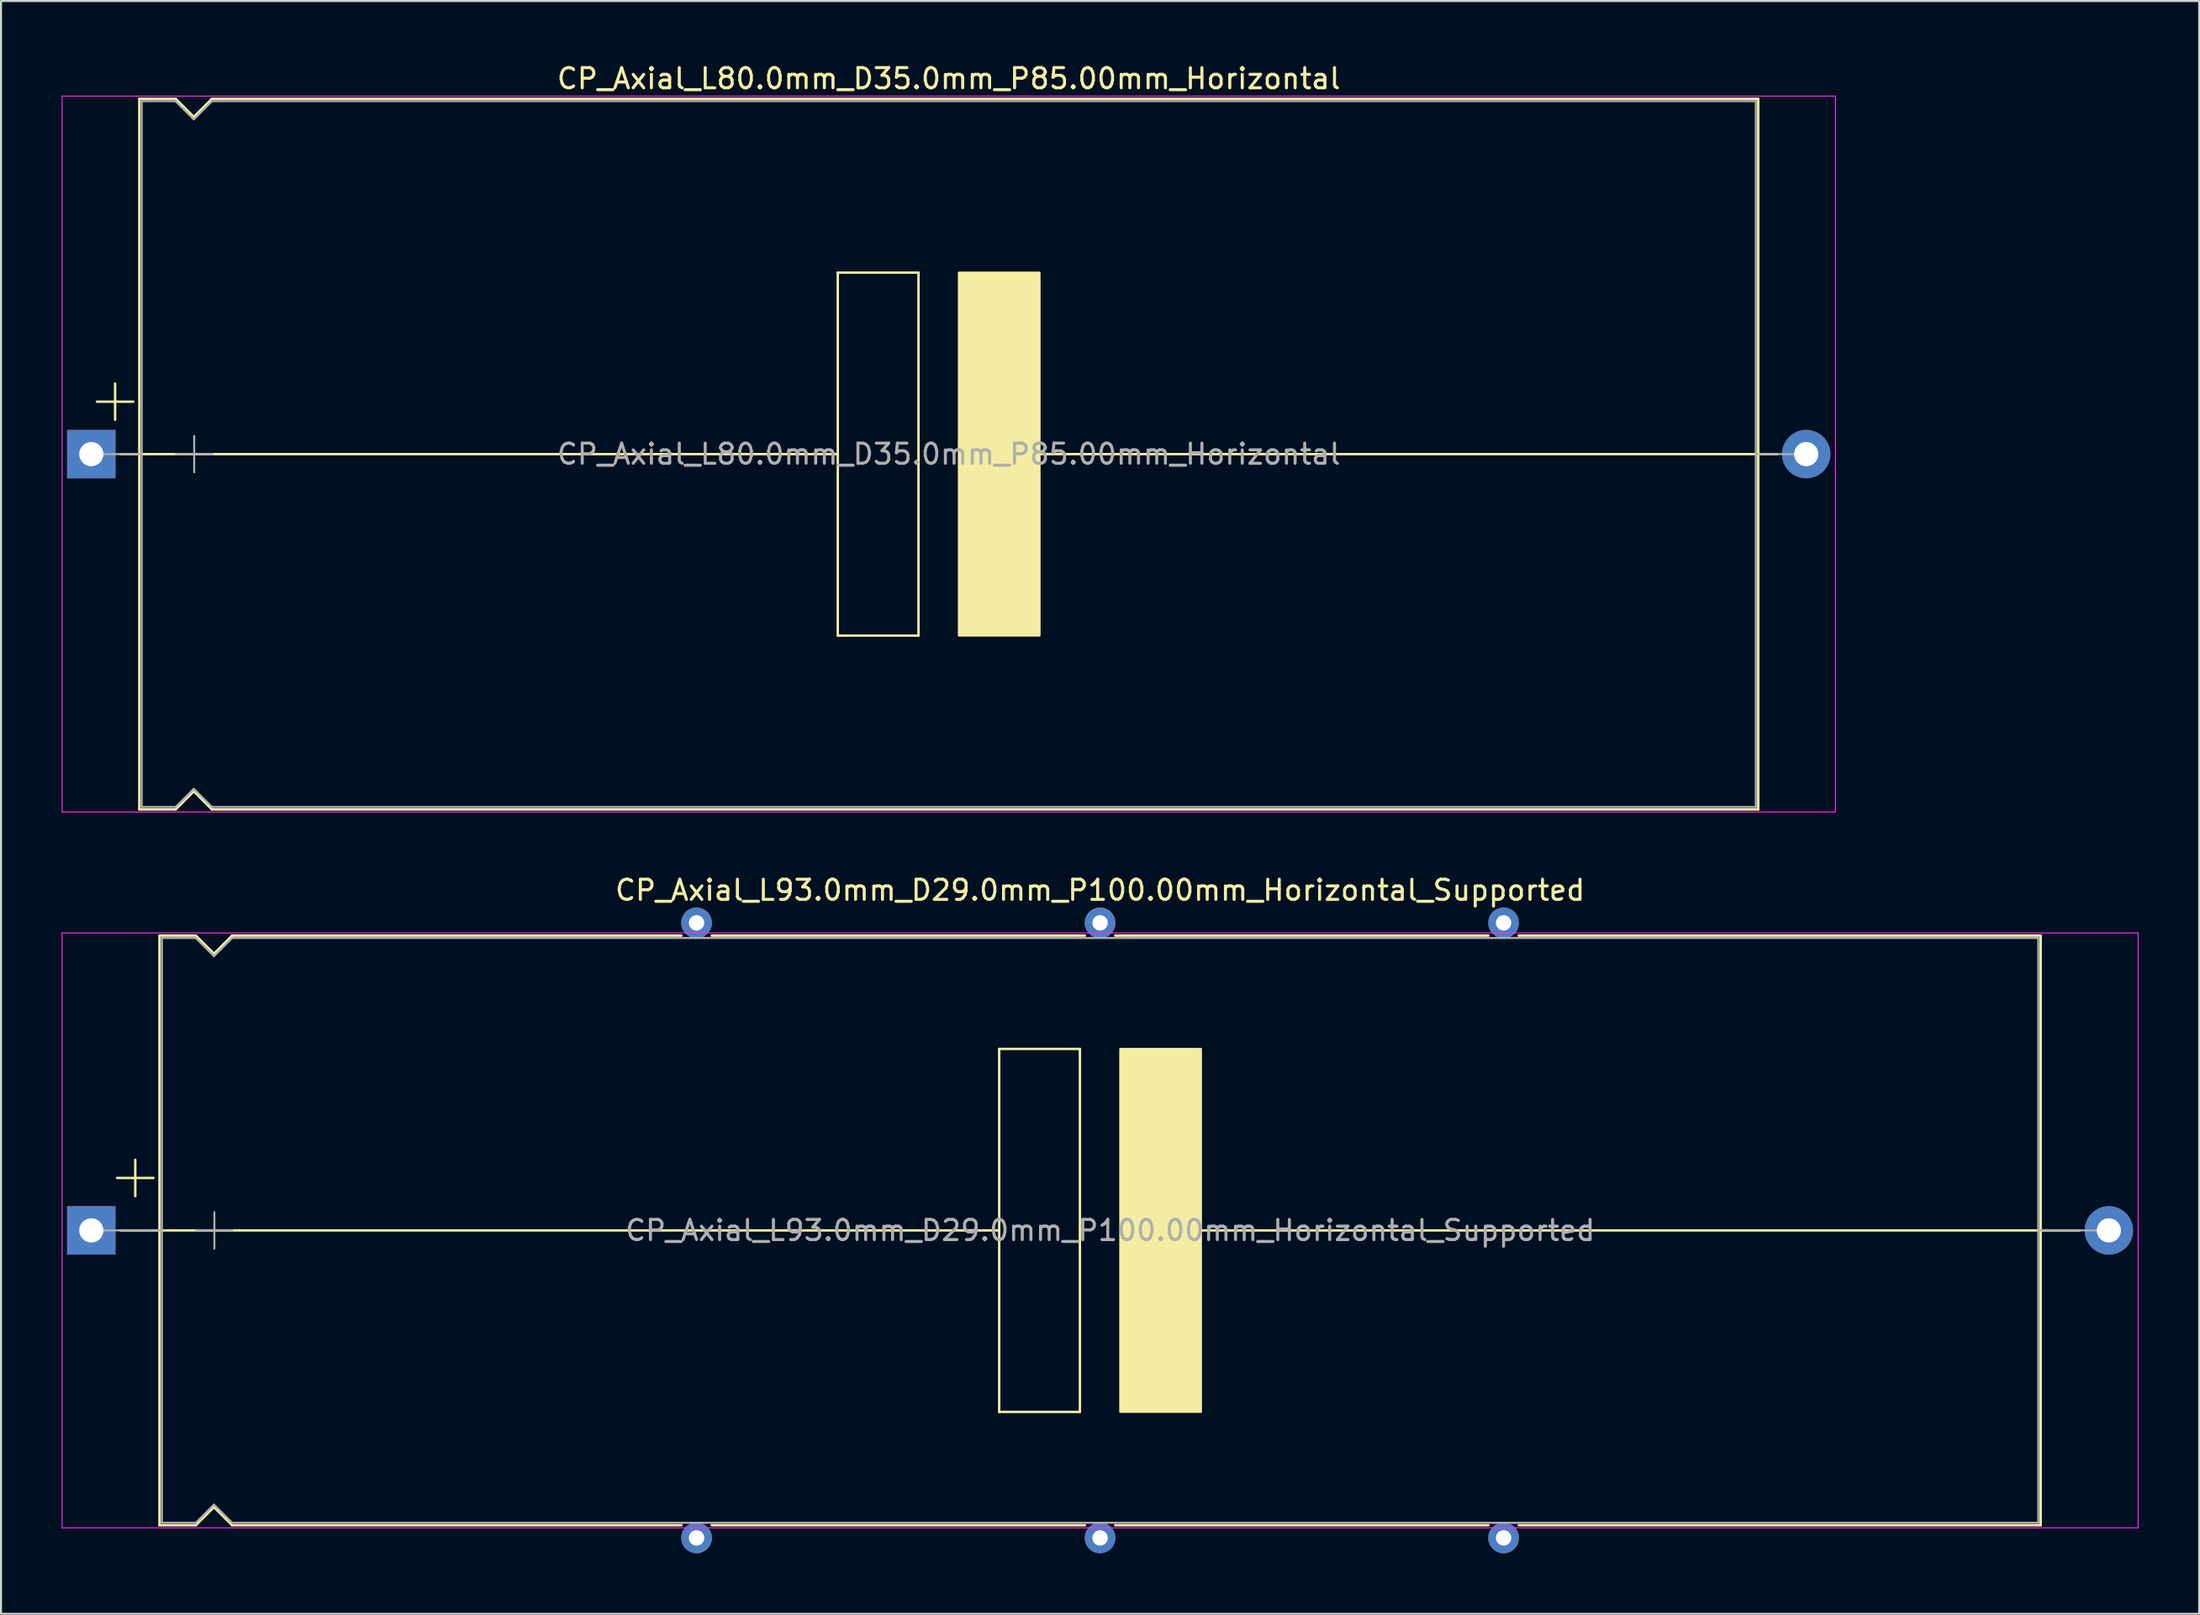
<source format=kicad_pcb>
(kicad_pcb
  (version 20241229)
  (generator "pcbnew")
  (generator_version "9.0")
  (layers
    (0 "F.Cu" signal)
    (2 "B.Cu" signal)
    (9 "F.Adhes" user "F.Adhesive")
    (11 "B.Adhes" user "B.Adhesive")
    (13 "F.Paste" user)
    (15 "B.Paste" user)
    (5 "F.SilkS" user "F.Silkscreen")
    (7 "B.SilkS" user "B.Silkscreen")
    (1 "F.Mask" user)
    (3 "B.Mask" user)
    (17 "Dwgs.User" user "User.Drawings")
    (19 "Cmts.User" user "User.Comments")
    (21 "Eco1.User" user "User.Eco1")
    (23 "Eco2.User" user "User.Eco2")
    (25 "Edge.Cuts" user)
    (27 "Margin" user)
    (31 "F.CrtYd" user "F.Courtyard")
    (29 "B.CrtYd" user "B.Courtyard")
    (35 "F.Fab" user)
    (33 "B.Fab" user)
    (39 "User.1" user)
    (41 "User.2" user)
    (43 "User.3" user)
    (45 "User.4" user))
  (footprint "CP_Axial_L93.0mm_D29.0mm_P100.00mm_Horizontal_Supported"
    (layer "F.Cu")
    (at 1.475 57.962)
    (property "Reference" "CP_Axial_L93.0mm_D29.0mm_P100.00mm_Horizontal_Supported" (at 50 -16.87 0) (layer "F.SilkS") (effects (font (size 1 1) (thickness 0.15))))
    (attr through_hole)
    (fp_line (start 1.28 -2.6) (end 3.08 -2.6) (stroke (width 0.12) (type solid)) (layer "F.SilkS"))
    (fp_line (start 1.44 0) (end 3.38 0) (stroke (width 0.12) (type solid)) (layer "F.SilkS"))
    (fp_line (start 2.18 -3.5) (end 2.18 -1.7) (stroke (width 0.12) (type solid)) (layer "F.SilkS"))
    (fp_line (start 3.38 -14.62) (end 3.38 14.62) (stroke (width 0.12) (type solid)) (layer "F.SilkS"))
    (fp_line (start 3.38 -14.62) (end 5.18 -14.62) (stroke (width 0.12) (type solid)) (layer "F.SilkS"))
    (fp_line (start 3.38 0) (end 45 0) (stroke (width 0.12) (type solid)) (layer "F.SilkS"))
    (fp_line (start 3.38 14.62) (end 5.18 14.62) (stroke (width 0.12) (type solid)) (layer "F.SilkS"))
    (fp_line (start 5.18 -14.62) (end 6.08 -13.72) (stroke (width 0.12) (type solid)) (layer "F.SilkS"))
    (fp_line (start 5.18 14.62) (end 6.08 13.72) (stroke (width 0.12) (type solid)) (layer "F.SilkS"))
    (fp_line (start 6.08 -13.72) (end 6.98 -14.62) (stroke (width 0.12) (type solid)) (layer "F.SilkS"))
    (fp_line (start 6.08 13.72) (end 6.98 14.62) (stroke (width 0.12) (type solid)) (layer "F.SilkS"))
    (fp_line (start 6.98 -14.62) (end 29.25 -14.62) (stroke (width 0.12) (type solid)) (layer "F.SilkS"))
    (fp_line (start 6.98 14.62) (end 29.25 14.62) (stroke (width 0.12) (type solid)) (layer "F.SilkS"))
    (fp_line (start 30.75 -14.62) (end 49.25 -14.62) (stroke (width 0.12) (type solid)) (layer "F.SilkS"))
    (fp_line (start 30.75 14.62) (end 49.25 14.62) (stroke (width 0.12) (type solid)) (layer "F.SilkS"))
    (fp_line (start 45 -9) (end 49 -9) (stroke (width 0.12) (type solid)) (layer "F.SilkS"))
    (fp_line (start 45 9) (end 45 -9) (stroke (width 0.12) (type solid)) (layer "F.SilkS"))
    (fp_line (start 49 -9) (end 49 9) (stroke (width 0.12) (type solid)) (layer "F.SilkS"))
    (fp_line (start 49 9) (end 45 9) (stroke (width 0.12) (type solid)) (layer "F.SilkS"))
    (fp_line (start 50.75 -14.62) (end 69.25 -14.62) (stroke (width 0.12) (type solid)) (layer "F.SilkS"))
    (fp_line (start 50.75 14.62) (end 69.25 14.62) (stroke (width 0.12) (type solid)) (layer "F.SilkS"))
    (fp_line (start 54.5 0) (end 96.62 0) (stroke (width 0.12) (type solid)) (layer "F.SilkS"))
    (fp_line (start 70.75 -14.62) (end 96.62 -14.62) (stroke (width 0.12) (type solid)) (layer "F.SilkS"))
    (fp_line (start 70.75 14.62) (end 96.62 14.62) (stroke (width 0.12) (type solid)) (layer "F.SilkS"))
    (fp_line (start 96.62 -14.62) (end 96.62 14.62) (stroke (width 0.12) (type solid)) (layer "F.SilkS"))
    (fp_line (start 98.56 0) (end 96.62 0) (stroke (width 0.12) (type solid)) (layer "F.SilkS"))
    (fp_poly (pts (xy 55 9) (xy 51 9) (xy 51 -9) (xy 55 -9)) (stroke (width 0.1) (type solid)) (fill yes) (layer "F.SilkS"))
    (fp_line (start -1.45 -14.75) (end -1.45 14.75) (stroke (width 0.05) (type solid)) (layer "F.CrtYd"))
    (fp_line (start -1.45 14.75) (end 101.45 14.75) (stroke (width 0.05) (type solid)) (layer "F.CrtYd"))
    (fp_line (start 101.45 -14.75) (end -1.45 -14.75) (stroke (width 0.05) (type solid)) (layer "F.CrtYd"))
    (fp_line (start 101.45 14.75) (end 101.45 -14.75) (stroke (width 0.05) (type solid)) (layer "F.CrtYd"))
    (fp_line (start 0 0) (end 3.5 0) (stroke (width 0.1) (type solid)) (layer "F.Fab"))
    (fp_line (start 3.5 -14.5) (end 3.5 14.5) (stroke (width 0.1) (type solid)) (layer "F.Fab"))
    (fp_line (start 3.5 -14.5) (end 5.18 -14.5) (stroke (width 0.1) (type solid)) (layer "F.Fab"))
    (fp_line (start 3.5 14.5) (end 5.18 14.5) (stroke (width 0.1) (type solid)) (layer "F.Fab"))
    (fp_line (start 5.18 -14.5) (end 6.08 -13.6) (stroke (width 0.1) (type solid)) (layer "F.Fab"))
    (fp_line (start 5.18 14.5) (end 6.08 13.6) (stroke (width 0.1) (type solid)) (layer "F.Fab"))
    (fp_line (start 5.2 0) (end 7 0) (stroke (width 0.1) (type solid)) (layer "F.Fab"))
    (fp_line (start 6.08 -13.6) (end 6.98 -14.5) (stroke (width 0.1) (type solid)) (layer "F.Fab"))
    (fp_line (start 6.08 13.6) (end 6.98 14.5) (stroke (width 0.1) (type solid)) (layer "F.Fab"))
    (fp_line (start 6.1 -0.9) (end 6.1 0.9) (stroke (width 0.1) (type solid)) (layer "F.Fab"))
    (fp_line (start 6.98 -14.5) (end 96.5 -14.5) (stroke (width 0.1) (type solid)) (layer "F.Fab"))
    (fp_line (start 6.98 14.5) (end 96.5 14.5) (stroke (width 0.1) (type solid)) (layer "F.Fab"))
    (fp_line (start 96.5 -14.5) (end 96.5 14.5) (stroke (width 0.1) (type solid)) (layer "F.Fab"))
    (fp_line (start 100 0) (end 96.5 0) (stroke (width 0.1) (type solid)) (layer "F.Fab"))
    (fp_text user "${REFERENCE}" (at 50.5 0 0) (layer "F.Fab") (effects (font (size 1 1) (thickness 0.15))))
    (pad "1" thru_hole rect (at 0 0) (size 2.4 2.4) (drill 1.2) (layers "*.Cu" "*.Mask"))
    (pad "2" thru_hole oval (at 100 0) (size 2.4 2.4) (drill 1.2) (layers "*.Cu" "*.Mask"))
    (pad "~" thru_hole circle (at 30 -15.25) (size 1.524 1.524) (drill 0.762) (layers "*.Cu" "*.Mask"))
    (pad "~" thru_hole circle (at 30 15.25) (size 1.524 1.524) (drill 0.762) (layers "*.Cu" "*.Mask"))
    (pad "~" thru_hole circle (at 50 -15.25) (size 1.524 1.524) (drill 0.762) (layers "*.Cu" "*.Mask"))
    (pad "~" thru_hole circle (at 50 15.25) (size 1.524 1.524) (drill 0.762) (layers "*.Cu" "*.Mask"))
    (pad "~" thru_hole circle (at 70 -15.25) (size 1.524 1.524) (drill 0.762) (layers "*.Cu" "*.Mask"))
    (pad "~" thru_hole circle (at 70 15.25) (size 1.524 1.524) (drill 0.762) (layers "*.Cu" "*.Mask")))
  (footprint "CP_Axial_L80.0mm_D35.0mm_P85.00mm_Horizontal"
    (layer "F.Cu")
    (at 1.475 19.468)
    (property "Reference" "CP_Axial_L80.0mm_D35.0mm_P85.00mm_Horizontal" (at 42.5 -18.62 0) (layer "F.SilkS") (effects (font (size 1 1) (thickness 0.15))))
    (attr through_hole)
    (fp_line (start 0.28 -2.6) (end 2.08 -2.6) (stroke (width 0.12) (type solid)) (layer "F.SilkS"))
    (fp_line (start 1.18 -3.5) (end 1.18 -1.7) (stroke (width 0.12) (type solid)) (layer "F.SilkS"))
    (fp_line (start 1.44 0) (end 2.38 0) (stroke (width 0.12) (type solid)) (layer "F.SilkS"))
    (fp_line (start 2.38 -17.62) (end 2.38 17.62) (stroke (width 0.12) (type solid)) (layer "F.SilkS"))
    (fp_line (start 2.38 -17.62) (end 4.18 -17.62) (stroke (width 0.12) (type solid)) (layer "F.SilkS"))
    (fp_line (start 2.38 0) (end 37 0) (stroke (width 0.12) (type solid)) (layer "F.SilkS"))
    (fp_line (start 2.38 17.62) (end 4.18 17.62) (stroke (width 0.12) (type solid)) (layer "F.SilkS"))
    (fp_line (start 4.18 -17.62) (end 5.08 -16.72) (stroke (width 0.12) (type solid)) (layer "F.SilkS"))
    (fp_line (start 4.18 17.62) (end 5.08 16.72) (stroke (width 0.12) (type solid)) (layer "F.SilkS"))
    (fp_line (start 5.08 -16.72) (end 5.98 -17.62) (stroke (width 0.12) (type solid)) (layer "F.SilkS"))
    (fp_line (start 5.08 16.72) (end 5.98 17.62) (stroke (width 0.12) (type solid)) (layer "F.SilkS"))
    (fp_line (start 5.98 -17.62) (end 82.62 -17.62) (stroke (width 0.12) (type solid)) (layer "F.SilkS"))
    (fp_line (start 5.98 17.62) (end 82.62 17.62) (stroke (width 0.12) (type solid)) (layer "F.SilkS"))
    (fp_line (start 37 -9) (end 41 -9) (stroke (width 0.12) (type solid)) (layer "F.SilkS"))
    (fp_line (start 37 9) (end 37 -9) (stroke (width 0.12) (type solid)) (layer "F.SilkS"))
    (fp_line (start 41 -9) (end 41 9) (stroke (width 0.12) (type solid)) (layer "F.SilkS"))
    (fp_line (start 41 9) (end 37 9) (stroke (width 0.12) (type solid)) (layer "F.SilkS"))
    (fp_line (start 47 0) (end 82.62 0) (stroke (width 0.12) (type solid)) (layer "F.SilkS"))
    (fp_line (start 82.62 -17.62) (end 82.62 17.62) (stroke (width 0.12) (type solid)) (layer "F.SilkS"))
    (fp_line (start 83.56 0) (end 82.62 0) (stroke (width 0.12) (type solid)) (layer "F.SilkS"))
    (fp_poly (pts (xy 47 9) (xy 43 9) (xy 43 -9) (xy 47 -9)) (stroke (width 0.1) (type solid)) (fill yes) (layer "F.SilkS"))
    (fp_line (start -1.45 -17.75) (end -1.45 17.75) (stroke (width 0.05) (type solid)) (layer "F.CrtYd"))
    (fp_line (start -1.45 17.75) (end 86.45 17.75) (stroke (width 0.05) (type solid)) (layer "F.CrtYd"))
    (fp_line (start 86.45 -17.75) (end -1.45 -17.75) (stroke (width 0.05) (type solid)) (layer "F.CrtYd"))
    (fp_line (start 86.45 17.75) (end 86.45 -17.75) (stroke (width 0.05) (type solid)) (layer "F.CrtYd"))
    (fp_line (start 0 0) (end 2.5 0) (stroke (width 0.1) (type solid)) (layer "F.Fab"))
    (fp_line (start 2.5 -17.5) (end 2.5 17.5) (stroke (width 0.1) (type solid)) (layer "F.Fab"))
    (fp_line (start 2.5 -17.5) (end 4.18 -17.5) (stroke (width 0.1) (type solid)) (layer "F.Fab"))
    (fp_line (start 2.5 17.5) (end 4.18 17.5) (stroke (width 0.1) (type solid)) (layer "F.Fab"))
    (fp_line (start 4.18 -17.5) (end 5.08 -16.6) (stroke (width 0.1) (type solid)) (layer "F.Fab"))
    (fp_line (start 4.18 17.5) (end 5.08 16.6) (stroke (width 0.1) (type solid)) (layer "F.Fab"))
    (fp_line (start 4.2 0) (end 6 0) (stroke (width 0.1) (type solid)) (layer "F.Fab"))
    (fp_line (start 5.08 -16.6) (end 5.98 -17.5) (stroke (width 0.1) (type solid)) (layer "F.Fab"))
    (fp_line (start 5.08 16.6) (end 5.98 17.5) (stroke (width 0.1) (type solid)) (layer "F.Fab"))
    (fp_line (start 5.1 -0.9) (end 5.1 0.9) (stroke (width 0.1) (type solid)) (layer "F.Fab"))
    (fp_line (start 5.98 -17.5) (end 82.5 -17.5) (stroke (width 0.1) (type solid)) (layer "F.Fab"))
    (fp_line (start 5.98 17.5) (end 82.5 17.5) (stroke (width 0.1) (type solid)) (layer "F.Fab"))
    (fp_line (start 82.5 -17.5) (end 82.5 17.5) (stroke (width 0.1) (type solid)) (layer "F.Fab"))
    (fp_line (start 85 0) (end 82.5 0) (stroke (width 0.1) (type solid)) (layer "F.Fab"))
    (fp_text user "${REFERENCE}" (at 42.5 0 0) (layer "F.Fab") (effects (font (size 1 1) (thickness 0.15))))
    (pad "1" thru_hole rect (at 0 0) (size 2.4 2.4) (drill 1.2) (layers "*.Cu" "*.Mask"))
    (pad "2" thru_hole oval (at 85 0) (size 2.4 2.4) (drill 1.2) (layers "*.Cu" "*.Mask")))
  (gr_rect
    (start -3 -3)
    (end 105.95 76.974)
    (stroke (width 0.1) (type default))
    (fill no)
    (layer "Edge.Cuts")))
</source>
